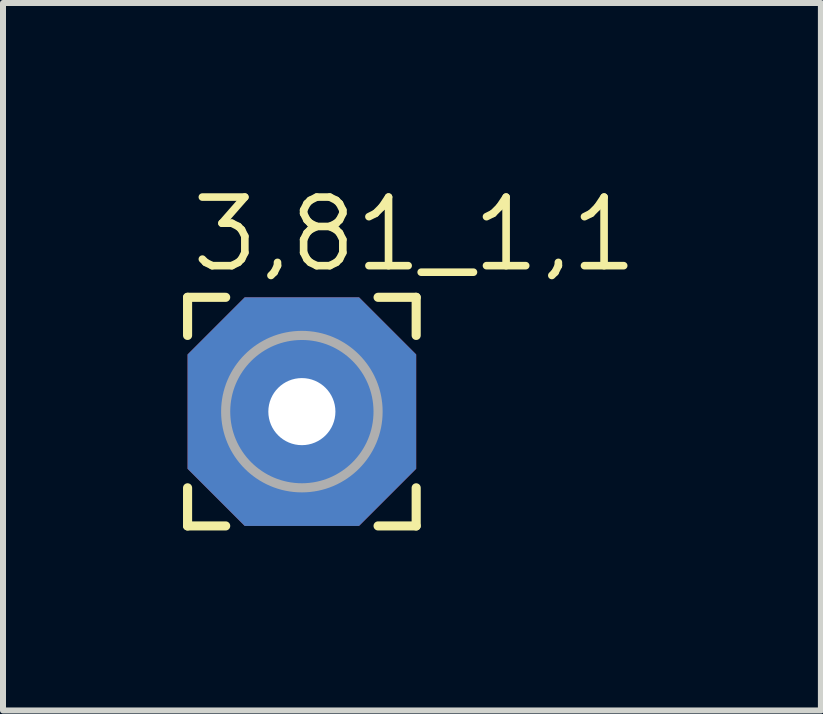
<source format=kicad_pcb>
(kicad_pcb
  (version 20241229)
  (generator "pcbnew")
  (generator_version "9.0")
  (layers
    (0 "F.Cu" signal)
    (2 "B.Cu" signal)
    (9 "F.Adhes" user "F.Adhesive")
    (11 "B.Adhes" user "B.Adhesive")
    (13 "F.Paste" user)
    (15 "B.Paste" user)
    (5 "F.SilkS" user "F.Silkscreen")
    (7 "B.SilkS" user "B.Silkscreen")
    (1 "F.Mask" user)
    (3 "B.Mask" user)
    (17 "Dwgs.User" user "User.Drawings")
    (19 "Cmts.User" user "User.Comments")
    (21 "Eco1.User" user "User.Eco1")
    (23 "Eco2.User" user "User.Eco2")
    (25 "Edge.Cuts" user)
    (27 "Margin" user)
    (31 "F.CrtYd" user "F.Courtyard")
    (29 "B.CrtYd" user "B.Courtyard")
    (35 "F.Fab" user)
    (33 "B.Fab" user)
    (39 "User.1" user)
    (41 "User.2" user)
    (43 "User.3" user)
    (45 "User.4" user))
  (footprint "3,81_1,1"
    (layer "F.Cu")
    (at 1.981 3.81)
    (property "Reference" "3,81_1,1" (at -1.905 -2.286 0) (layer "F.SilkS") (effects (font (size 1.143 1.143) (thickness 0.127)) (justify left bottom)))
    (fp_line (start -1.905 -1.905) (end -1.27 -1.905) (stroke (width 0.152) (type solid)) (layer "F.SilkS"))
    (fp_line (start -1.905 -1.27) (end -1.905 -1.905) (stroke (width 0.152) (type solid)) (layer "F.SilkS"))
    (fp_line (start -1.905 1.905) (end -1.905 1.27) (stroke (width 0.152) (type solid)) (layer "F.SilkS"))
    (fp_line (start -1.27 1.905) (end -1.905 1.905) (stroke (width 0.152) (type solid)) (layer "F.SilkS"))
    (fp_line (start 1.27 -1.905) (end 1.905 -1.905) (stroke (width 0.152) (type solid)) (layer "F.SilkS"))
    (fp_line (start 1.905 -1.905) (end 1.905 -1.27) (stroke (width 0.152) (type solid)) (layer "F.SilkS"))
    (fp_line (start 1.905 1.27) (end 1.905 1.905) (stroke (width 0.152) (type solid)) (layer "F.SilkS"))
    (fp_line (start 1.905 1.905) (end 1.27 1.905) (stroke (width 0.152) (type solid)) (layer "F.SilkS"))
    (fp_circle (center 0 0) (end 1.27 0) (stroke (width 0.152) (type solid)) (fill no) (layer "F.Fab"))
    (pad "1" thru_hole roundrect (at 0 0) (size 3.81 3.81) (drill 1.118) (layers "*.Cu" "*.Mask") (roundrect_rratio 0.25) (chamfer_ratio 0.25) (chamfer top_left top_right bottom_left bottom_right)))
  (gr_rect
    (start -3 -3)
    (end 10.631 8.791)
    (stroke (width 0.1) (type default))
    (fill no)
    (layer "Edge.Cuts")))
</source>
